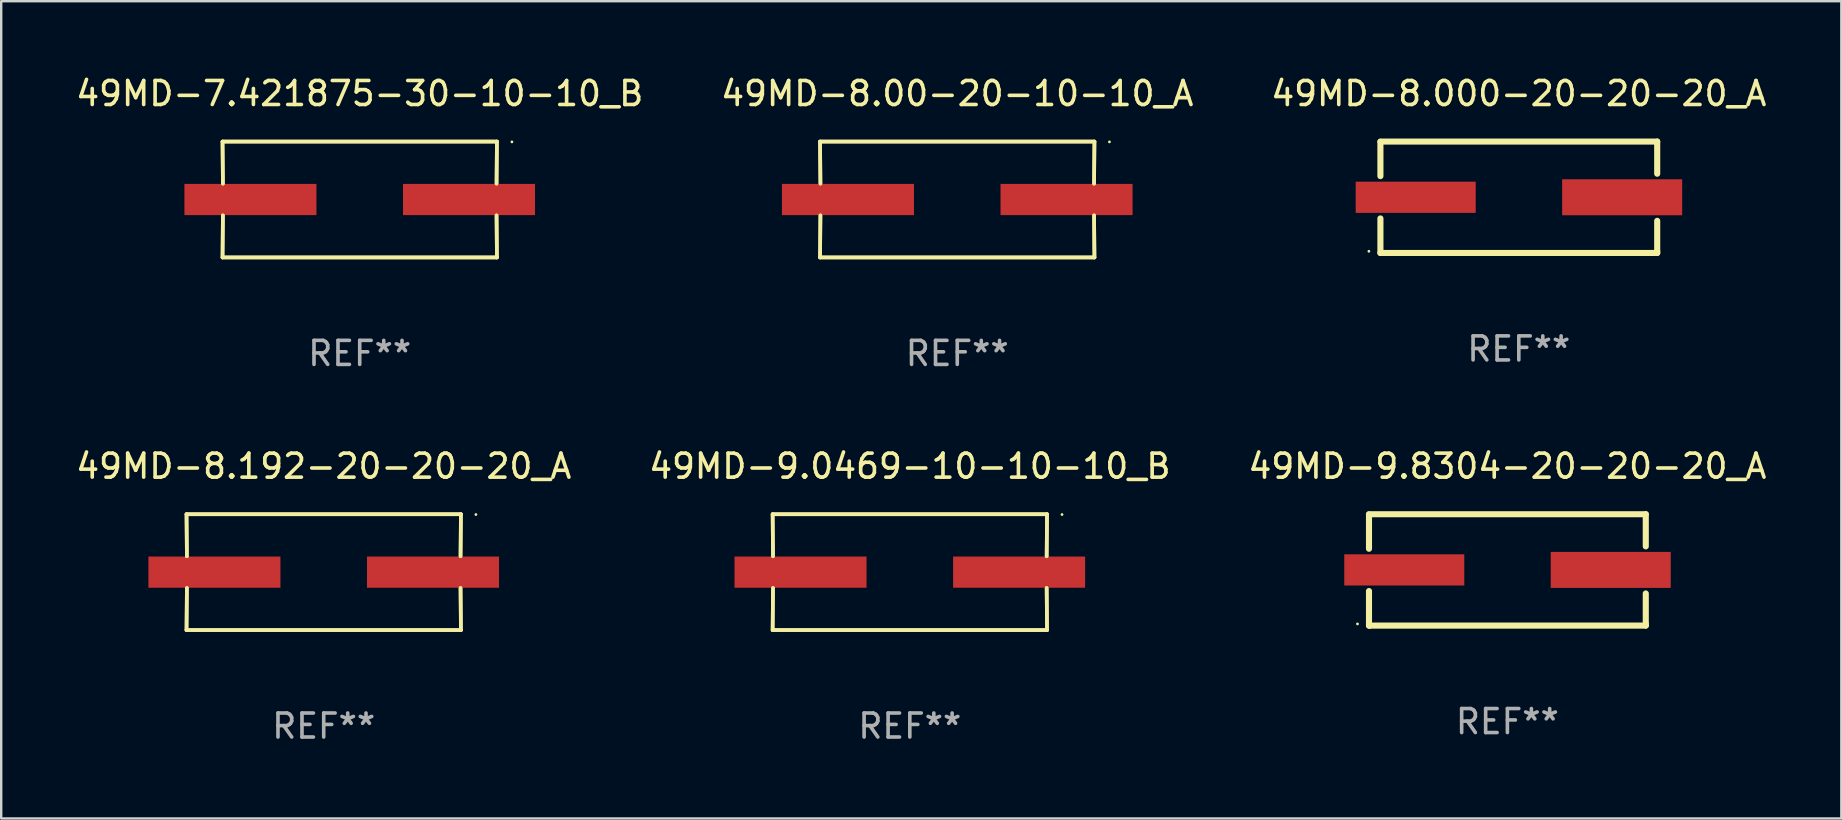
<source format=kicad_pcb>
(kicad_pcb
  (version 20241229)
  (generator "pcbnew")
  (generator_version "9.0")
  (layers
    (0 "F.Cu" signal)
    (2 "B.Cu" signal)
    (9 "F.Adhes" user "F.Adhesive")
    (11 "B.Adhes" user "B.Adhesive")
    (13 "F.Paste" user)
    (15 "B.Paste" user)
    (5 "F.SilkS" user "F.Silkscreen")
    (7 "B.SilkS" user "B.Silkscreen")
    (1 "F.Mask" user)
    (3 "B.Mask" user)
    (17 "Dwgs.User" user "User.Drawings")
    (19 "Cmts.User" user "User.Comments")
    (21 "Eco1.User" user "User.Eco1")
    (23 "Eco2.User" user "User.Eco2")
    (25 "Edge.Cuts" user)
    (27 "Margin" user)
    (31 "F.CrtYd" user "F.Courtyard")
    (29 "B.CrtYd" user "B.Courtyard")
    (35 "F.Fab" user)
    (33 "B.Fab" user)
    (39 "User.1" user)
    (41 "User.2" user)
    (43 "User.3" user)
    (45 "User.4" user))
  (footprint "49MD-8.000-20-20-20_A"
    (layer "F.Cu")
    (at 60.22 5.168)
    (property "Reference" "49MD-8.000-20-20-20_A" (at 0 -4.32 0) (layer "F.SilkS") (effects (font (size 1 1) (thickness 0.15))))
    (attr through_hole)
    (fp_line (start -5.765 -2.32) (end 5.765 -2.32) (stroke (width 0.254) (type solid)) (layer "F.SilkS"))
    (fp_line (start -5.765 -0.881) (end -5.765 -2.31) (stroke (width 0.254) (type solid)) (layer "F.SilkS"))
    (fp_line (start -5.765 2.32) (end -5.765 0.881) (stroke (width 0.254) (type solid)) (layer "F.SilkS"))
    (fp_line (start -5.735 2.32) (end -5.765 2.32) (stroke (width 0.254) (type solid)) (layer "F.SilkS"))
    (fp_line (start 5.765 -2.32) (end 5.765 -0.981) (stroke (width 0.254) (type solid)) (layer "F.SilkS"))
    (fp_line (start 5.765 0.981) (end 5.765 2.26) (stroke (width 0.254) (type solid)) (layer "F.SilkS"))
    (fp_line (start 5.765 2.26) (end 5.765 2.32) (stroke (width 0.254) (type solid)) (layer "F.SilkS"))
    (fp_line (start 5.765 2.32) (end -5.735 2.32) (stroke (width 0.254) (type solid)) (layer "F.SilkS"))
    (fp_circle (center -6.245 2.25) (end -6.215 2.25) (stroke (width 0.06) (type solid)) (fill no) (layer "F.SilkS"))
    (fp_text user "REF**" (at 0 6.32 0) (layer "F.Fab") (effects (font (size 1 1) (thickness 0.15))))
    (pad "1" smd rect (at -4.295 0) (size 5 1.3) (layers "F.Cu" "F.Mask" "F.Paste"))
    (pad "2" smd rect (at 4.305 0) (size 5 1.5) (layers "F.Cu" "F.Mask" "F.Paste")))
  (footprint "49MD-8.00-20-10-10_A"
    (layer "F.Cu")
    (at 36.827 5.261)
    (property "Reference" "49MD-8.00-20-10-10_A" (at 0 -4.413 0) (layer "F.SilkS") (effects (font (size 1 1) (thickness 0.15))))
    (attr through_hole)
    (fp_line (start -5.715 -2.413) (end -5.7 -0.662) (stroke (width 0.152) (type solid)) (layer "F.SilkS"))
    (fp_line (start -5.715 -2.413) (end -5.7 -0.662) (stroke (width 0.152) (type solid)) (layer "F.SilkS"))
    (fp_line (start -5.715 2.413) (end 5.715 2.413) (stroke (width 0.152) (type solid)) (layer "F.SilkS"))
    (fp_line (start -5.715 2.413) (end 5.715 2.413) (stroke (width 0.152) (type solid)) (layer "F.SilkS"))
    (fp_line (start -5.7 0.662) (end -5.715 2.413) (stroke (width 0.152) (type solid)) (layer "F.SilkS"))
    (fp_line (start -5.7 0.662) (end -5.715 2.413) (stroke (width 0.152) (type solid)) (layer "F.SilkS"))
    (fp_line (start 5.7 -0.662) (end 5.715 -2.413) (stroke (width 0.152) (type solid)) (layer "F.SilkS"))
    (fp_line (start 5.7 -0.662) (end 5.715 -2.413) (stroke (width 0.152) (type solid)) (layer "F.SilkS"))
    (fp_line (start 5.715 -2.413) (end -5.715 -2.413) (stroke (width 0.152) (type solid)) (layer "F.SilkS"))
    (fp_line (start 5.715 -2.413) (end -5.715 -2.413) (stroke (width 0.152) (type solid)) (layer "F.SilkS"))
    (fp_line (start 5.715 2.413) (end 5.7 0.662) (stroke (width 0.152) (type solid)) (layer "F.SilkS"))
    (fp_line (start 5.715 2.413) (end 5.7 0.662) (stroke (width 0.152) (type solid)) (layer "F.SilkS"))
    (fp_circle (center 6.34 -2.4) (end 6.37 -2.4) (stroke (width 0.06) (type solid)) (fill no) (layer "F.SilkS"))
    (fp_text user "REF**" (at 0 6.413 0) (layer "F.Fab") (effects (font (size 1 1) (thickness 0.15))))
    (pad "1" smd rect (at 4.553 0) (size 5.5 1.3) (layers "F.Cu" "F.Mask" "F.Paste"))
    (pad "2" smd rect (at -4.553 0) (size 5.5 1.3) (layers "F.Cu" "F.Mask" "F.Paste")))
  (footprint "49MD-8.192-20-20-20_A"
    (layer "F.Cu")
    (at 10.435 20.784)
    (property "Reference" "49MD-8.192-20-20-20_A" (at 0 -4.413 0) (layer "F.SilkS") (effects (font (size 1 1) (thickness 0.15))))
    (attr through_hole)
    (fp_line (start -5.715 -2.413) (end -5.7 -0.662) (stroke (width 0.152) (type solid)) (layer "F.SilkS"))
    (fp_line (start -5.715 -2.413) (end -5.7 -0.662) (stroke (width 0.152) (type solid)) (layer "F.SilkS"))
    (fp_line (start -5.715 2.413) (end 5.715 2.413) (stroke (width 0.152) (type solid)) (layer "F.SilkS"))
    (fp_line (start -5.715 2.413) (end 5.715 2.413) (stroke (width 0.152) (type solid)) (layer "F.SilkS"))
    (fp_line (start -5.7 0.662) (end -5.715 2.413) (stroke (width 0.152) (type solid)) (layer "F.SilkS"))
    (fp_line (start -5.7 0.662) (end -5.715 2.413) (stroke (width 0.152) (type solid)) (layer "F.SilkS"))
    (fp_line (start 5.7 -0.662) (end 5.715 -2.413) (stroke (width 0.152) (type solid)) (layer "F.SilkS"))
    (fp_line (start 5.7 -0.662) (end 5.715 -2.413) (stroke (width 0.152) (type solid)) (layer "F.SilkS"))
    (fp_line (start 5.715 -2.413) (end -5.715 -2.413) (stroke (width 0.152) (type solid)) (layer "F.SilkS"))
    (fp_line (start 5.715 -2.413) (end -5.715 -2.413) (stroke (width 0.152) (type solid)) (layer "F.SilkS"))
    (fp_line (start 5.715 2.413) (end 5.7 0.662) (stroke (width 0.152) (type solid)) (layer "F.SilkS"))
    (fp_line (start 5.715 2.413) (end 5.7 0.662) (stroke (width 0.152) (type solid)) (layer "F.SilkS"))
    (fp_circle (center 6.34 -2.4) (end 6.37 -2.4) (stroke (width 0.06) (type solid)) (fill no) (layer "F.SilkS"))
    (fp_text user "REF**" (at 0 6.413 0) (layer "F.Fab") (effects (font (size 1 1) (thickness 0.15))))
    (pad "1" smd rect (at 4.553 0) (size 5.5 1.3) (layers "F.Cu" "F.Mask" "F.Paste"))
    (pad "2" smd rect (at -4.553 0) (size 5.5 1.3) (layers "F.Cu" "F.Mask" "F.Paste")))
  (footprint "49MD-7.421875-30-10-10_B"
    (layer "F.Cu")
    (at 11.935 5.261)
    (property "Reference" "49MD-7.421875-30-10-10_B" (at 0 -4.413 0) (layer "F.SilkS") (effects (font (size 1 1) (thickness 0.15))))
    (attr through_hole)
    (fp_line (start -5.715 -2.413) (end -5.7 -0.662) (stroke (width 0.152) (type solid)) (layer "F.SilkS"))
    (fp_line (start -5.715 -2.413) (end -5.7 -0.662) (stroke (width 0.152) (type solid)) (layer "F.SilkS"))
    (fp_line (start -5.715 2.413) (end 5.715 2.413) (stroke (width 0.152) (type solid)) (layer "F.SilkS"))
    (fp_line (start -5.715 2.413) (end 5.715 2.413) (stroke (width 0.152) (type solid)) (layer "F.SilkS"))
    (fp_line (start -5.7 0.662) (end -5.715 2.413) (stroke (width 0.152) (type solid)) (layer "F.SilkS"))
    (fp_line (start -5.7 0.662) (end -5.715 2.413) (stroke (width 0.152) (type solid)) (layer "F.SilkS"))
    (fp_line (start 5.7 -0.662) (end 5.715 -2.413) (stroke (width 0.152) (type solid)) (layer "F.SilkS"))
    (fp_line (start 5.7 -0.662) (end 5.715 -2.413) (stroke (width 0.152) (type solid)) (layer "F.SilkS"))
    (fp_line (start 5.715 -2.413) (end -5.715 -2.413) (stroke (width 0.152) (type solid)) (layer "F.SilkS"))
    (fp_line (start 5.715 -2.413) (end -5.715 -2.413) (stroke (width 0.152) (type solid)) (layer "F.SilkS"))
    (fp_line (start 5.715 2.413) (end 5.7 0.662) (stroke (width 0.152) (type solid)) (layer "F.SilkS"))
    (fp_line (start 5.715 2.413) (end 5.7 0.662) (stroke (width 0.152) (type solid)) (layer "F.SilkS"))
    (fp_circle (center 6.34 -2.4) (end 6.37 -2.4) (stroke (width 0.06) (type solid)) (fill no) (layer "F.SilkS"))
    (fp_text user "REF**" (at 0 6.413 0) (layer "F.Fab") (effects (font (size 1 1) (thickness 0.15))))
    (pad "1" smd rect (at 4.553 0) (size 5.5 1.3) (layers "F.Cu" "F.Mask" "F.Paste"))
    (pad "2" smd rect (at -4.553 0) (size 5.5 1.3) (layers "F.Cu" "F.Mask" "F.Paste")))
  (footprint "49MD-9.0469-10-10-10_B"
    (layer "F.Cu")
    (at 34.851 20.784)
    (property "Reference" "49MD-9.0469-10-10-10_B" (at 0 -4.413 0) (layer "F.SilkS") (effects (font (size 1 1) (thickness 0.15))))
    (attr through_hole)
    (fp_line (start -5.715 -2.413) (end -5.7 -0.662) (stroke (width 0.152) (type solid)) (layer "F.SilkS"))
    (fp_line (start -5.715 -2.413) (end -5.7 -0.662) (stroke (width 0.152) (type solid)) (layer "F.SilkS"))
    (fp_line (start -5.715 2.413) (end 5.715 2.413) (stroke (width 0.152) (type solid)) (layer "F.SilkS"))
    (fp_line (start -5.715 2.413) (end 5.715 2.413) (stroke (width 0.152) (type solid)) (layer "F.SilkS"))
    (fp_line (start -5.7 0.662) (end -5.715 2.413) (stroke (width 0.152) (type solid)) (layer "F.SilkS"))
    (fp_line (start -5.7 0.662) (end -5.715 2.413) (stroke (width 0.152) (type solid)) (layer "F.SilkS"))
    (fp_line (start 5.7 -0.662) (end 5.715 -2.413) (stroke (width 0.152) (type solid)) (layer "F.SilkS"))
    (fp_line (start 5.7 -0.662) (end 5.715 -2.413) (stroke (width 0.152) (type solid)) (layer "F.SilkS"))
    (fp_line (start 5.715 -2.413) (end -5.715 -2.413) (stroke (width 0.152) (type solid)) (layer "F.SilkS"))
    (fp_line (start 5.715 -2.413) (end -5.715 -2.413) (stroke (width 0.152) (type solid)) (layer "F.SilkS"))
    (fp_line (start 5.715 2.413) (end 5.7 0.662) (stroke (width 0.152) (type solid)) (layer "F.SilkS"))
    (fp_line (start 5.715 2.413) (end 5.7 0.662) (stroke (width 0.152) (type solid)) (layer "F.SilkS"))
    (fp_circle (center 6.34 -2.4) (end 6.37 -2.4) (stroke (width 0.06) (type solid)) (fill no) (layer "F.SilkS"))
    (fp_text user "REF**" (at 0 6.413 0) (layer "F.Fab") (effects (font (size 1 1) (thickness 0.15))))
    (pad "1" smd rect (at 4.553 0) (size 5.5 1.3) (layers "F.Cu" "F.Mask" "F.Paste"))
    (pad "2" smd rect (at -4.553 0) (size 5.5 1.3) (layers "F.Cu" "F.Mask" "F.Paste")))
  (footprint "49MD-9.8304-20-20-20_A"
    (layer "F.Cu")
    (at 59.744 20.691)
    (property "Reference" "49MD-9.8304-20-20-20_A" (at 0 -4.32 0) (layer "F.SilkS") (effects (font (size 1 1) (thickness 0.15))))
    (attr through_hole)
    (fp_line (start -5.765 -2.32) (end 5.765 -2.32) (stroke (width 0.254) (type solid)) (layer "F.SilkS"))
    (fp_line (start -5.765 -0.881) (end -5.765 -2.31) (stroke (width 0.254) (type solid)) (layer "F.SilkS"))
    (fp_line (start -5.765 2.32) (end -5.765 0.881) (stroke (width 0.254) (type solid)) (layer "F.SilkS"))
    (fp_line (start -5.735 2.32) (end -5.765 2.32) (stroke (width 0.254) (type solid)) (layer "F.SilkS"))
    (fp_line (start 5.765 -2.32) (end 5.765 -0.981) (stroke (width 0.254) (type solid)) (layer "F.SilkS"))
    (fp_line (start 5.765 0.981) (end 5.765 2.26) (stroke (width 0.254) (type solid)) (layer "F.SilkS"))
    (fp_line (start 5.765 2.26) (end 5.765 2.32) (stroke (width 0.254) (type solid)) (layer "F.SilkS"))
    (fp_line (start 5.765 2.32) (end -5.735 2.32) (stroke (width 0.254) (type solid)) (layer "F.SilkS"))
    (fp_circle (center -6.245 2.25) (end -6.215 2.25) (stroke (width 0.06) (type solid)) (fill no) (layer "F.SilkS"))
    (fp_text user "REF**" (at 0 6.32 0) (layer "F.Fab") (effects (font (size 1 1) (thickness 0.15))))
    (pad "1" smd rect (at -4.295 0) (size 5 1.3) (layers "F.Cu" "F.Mask" "F.Paste"))
    (pad "2" smd rect (at 4.305 0) (size 5 1.5) (layers "F.Cu" "F.Mask" "F.Paste")))
  (gr_rect
    (start -3 -3)
    (end 73.655 31.045)
    (stroke (width 0.1) (type default))
    (fill no)
    (layer "Edge.Cuts")))
</source>
